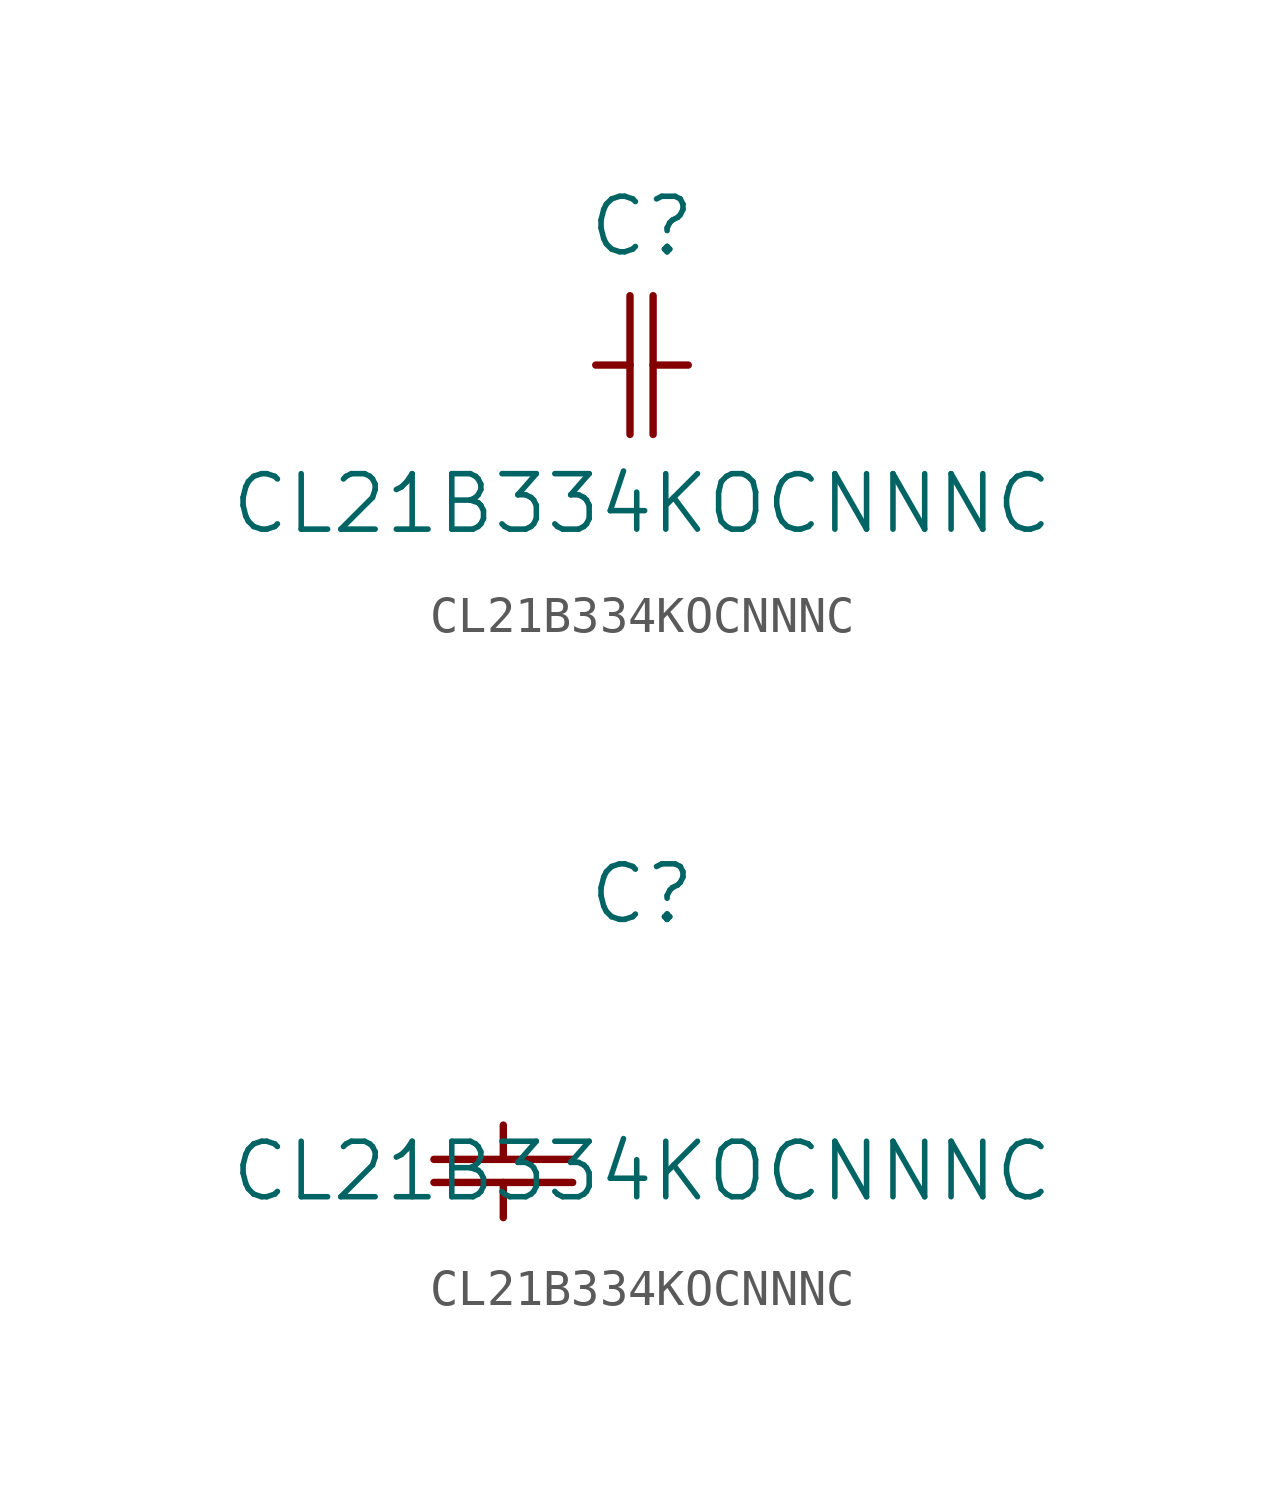
<source format=kicad_sym>
(kicad_symbol_lib
  (version 20211014)
  (generator kicad_symbol_editor)
  (symbol "CL21B334KOCNNNC"
    (pin_names
      (offset 0.254))
    (property "Reference" "C"
      (at 3.81 3.81 0)
      (effects (font (size 1.524 1.524))))
    (property "Value" "CL21B334KOCNNNC"
      (at 3.81 -3.81 0)
      (effects (font (size 1.524 1.524))))
    (symbol "CL21B334KOCNNNC_1_1"
      (polyline (pts (xy 3.48 -1.905) (xy 3.48 1.905)) (stroke (width .2032) (type default) (color 0 0 0 0)) (fill (type none)))
      (polyline (pts (xy 4.115 -1.905) (xy 4.115 1.905)) (stroke (width .2032) (type default) (color 0 0 0 0)) (fill (type none)))
      (polyline (pts (xy 4.115 0) (xy 5.08 0)) (stroke (width .2032) (type default) (color 0 0 0 0)) (fill (type none)))
      (polyline (pts (xy 2.54 0) (xy 3.48 0)) (stroke (width .2032) (type default) (color 0 0 0 0)) (fill (type none))))
    (symbol "CL21B334KOCNNNC_1_2"
      (polyline (pts (xy -1.905 -3.48) (xy 1.905 -3.48)) (stroke (width .2032) (type default) (color 0 0 0 0)) (fill (type none)))
      (polyline (pts (xy -1.905 -4.115) (xy 1.905 -4.115)) (stroke (width .2032) (type default) (color 0 0 0 0)) (fill (type none)))
      (polyline (pts (xy 0 -4.115) (xy 0 -5.08)) (stroke (width .2032) (type default) (color 0 0 0 0)) (fill (type none)))
      (polyline (pts (xy 0 -2.54) (xy 0 -3.48)) (stroke (width .2032) (type default) (color 0 0 0 0)) (fill (type none))))))
</source>
